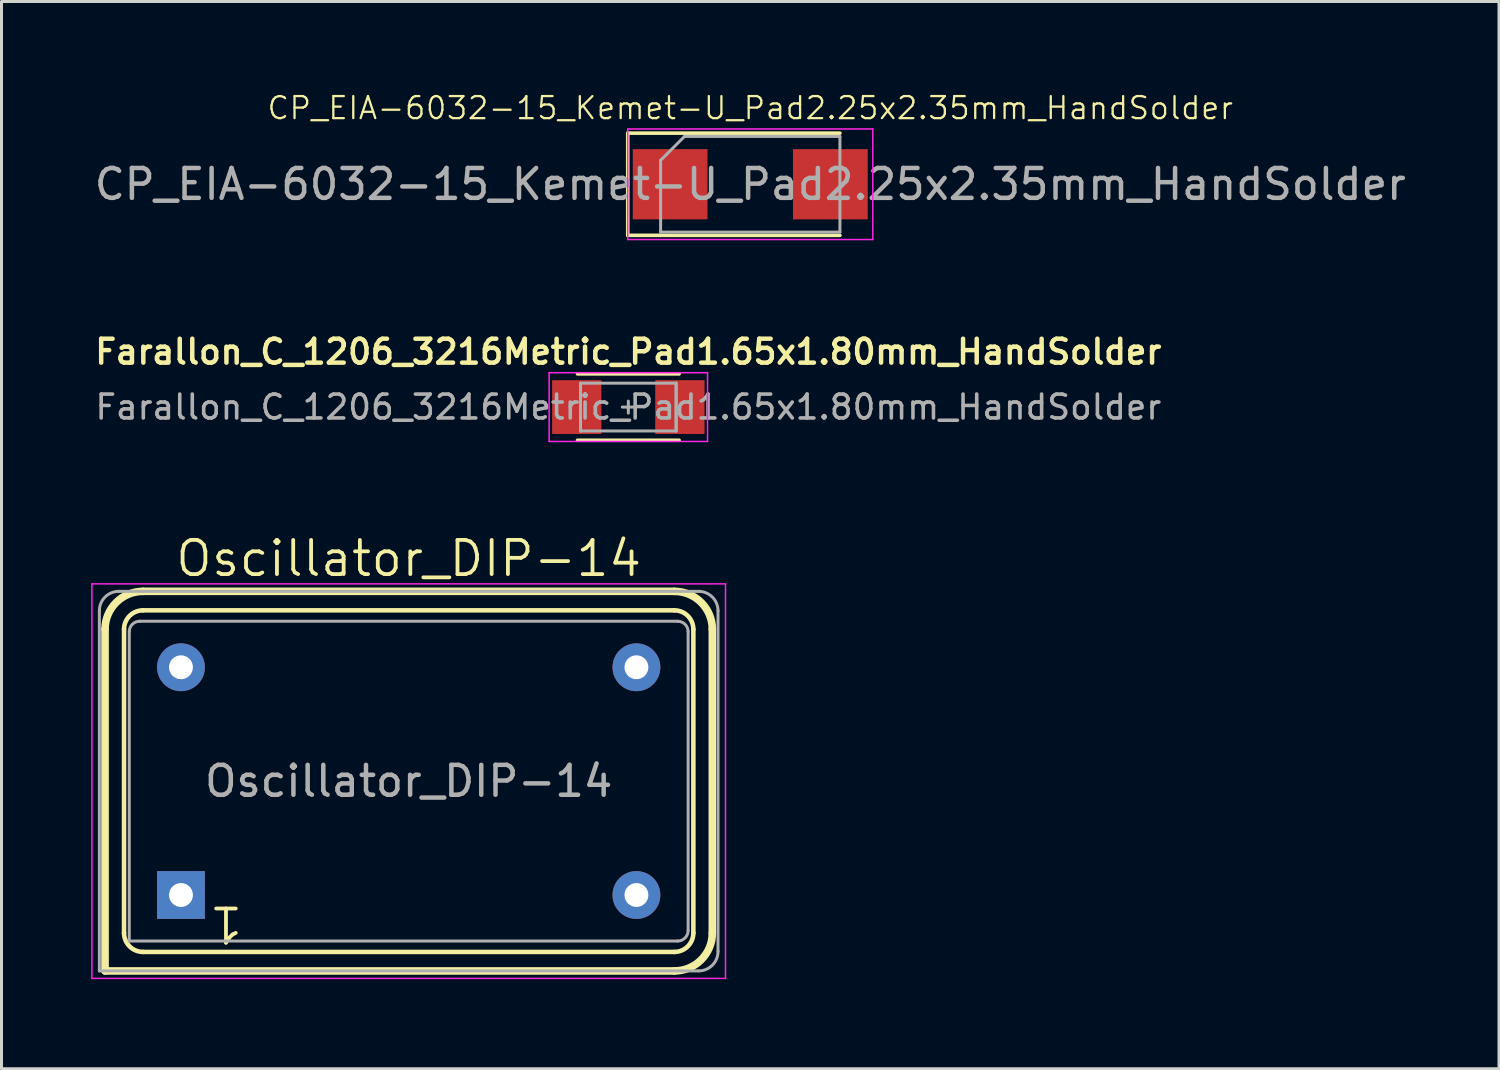
<source format=kicad_pcb>
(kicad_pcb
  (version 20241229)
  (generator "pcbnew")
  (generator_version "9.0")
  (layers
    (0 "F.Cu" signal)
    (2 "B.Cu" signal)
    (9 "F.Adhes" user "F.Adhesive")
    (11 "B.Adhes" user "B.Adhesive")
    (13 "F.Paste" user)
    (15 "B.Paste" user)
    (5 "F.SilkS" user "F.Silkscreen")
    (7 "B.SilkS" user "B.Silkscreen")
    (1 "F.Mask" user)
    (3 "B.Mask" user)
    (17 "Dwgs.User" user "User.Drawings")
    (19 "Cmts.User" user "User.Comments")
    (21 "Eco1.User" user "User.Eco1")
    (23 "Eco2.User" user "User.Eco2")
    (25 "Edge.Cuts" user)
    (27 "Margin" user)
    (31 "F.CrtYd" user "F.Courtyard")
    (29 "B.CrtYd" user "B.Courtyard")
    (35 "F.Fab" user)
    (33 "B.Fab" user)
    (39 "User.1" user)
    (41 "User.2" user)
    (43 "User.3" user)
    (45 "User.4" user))
  (footprint "Oscillator_DIP-14"
    (layer "F.Cu")
    (at 3.005 26.897)
    (property "Reference" "Oscillator_DIP-14" (at 7.62 -11.26 0) (layer "F.SilkS") (effects (font (size 1.143 1.143) (thickness 0.127))))
    (attr through_hole)
    (fp_line (start -2.54 -8.89) (end -2.54 2.54) (stroke (width 0.254) (type solid)) (layer "F.SilkS"))
    (fp_line (start -2.54 2.54) (end 16.51 2.54) (stroke (width 0.254) (type solid)) (layer "F.SilkS"))
    (fp_line (start -1.905 -8.89) (end -1.905 1.27) (stroke (width 0.152) (type solid)) (layer "F.SilkS"))
    (fp_line (start -1.27 1.905) (end 16.51 1.905) (stroke (width 0.152) (type solid)) (layer "F.SilkS"))
    (fp_line (start 16.51 -10.16) (end -1.27 -10.16) (stroke (width 0.254) (type solid)) (layer "F.SilkS"))
    (fp_line (start 16.51 -9.525) (end -1.27 -9.525) (stroke (width 0.152) (type solid)) (layer "F.SilkS"))
    (fp_line (start 17.145 1.27) (end 17.145 -8.89) (stroke (width 0.152) (type solid)) (layer "F.SilkS"))
    (fp_line (start 17.78 1.27) (end 17.78 -8.89) (stroke (width 0.254) (type solid)) (layer "F.SilkS"))
    (fp_arc (start -2.54 -8.89) (mid -2.168026 -9.788026) (end -1.27 -10.16) (stroke (width 0.254) (type default)) (layer "F.SilkS"))
    (fp_arc (start -1.905 -8.89) (mid -1.719013 -9.339013) (end -1.27 -9.525) (stroke (width 0.1524) (type default)) (layer "F.SilkS"))
    (fp_arc (start -1.27 1.905) (mid -1.719013 1.719013) (end -1.905 1.27) (stroke (width 0.1524) (type default)) (layer "F.SilkS"))
    (fp_arc (start 16.51 -10.16) (mid 17.408026 -9.788026) (end 17.78 -8.89) (stroke (width 0.254) (type default)) (layer "F.SilkS"))
    (fp_arc (start 16.51 -9.525) (mid 16.959013 -9.339013) (end 17.145 -8.89) (stroke (width 0.1524) (type default)) (layer "F.SilkS"))
    (fp_arc (start 17.145 1.27) (mid 16.959013 1.719013) (end 16.51 1.905) (stroke (width 0.1524) (type default)) (layer "F.SilkS"))
    (fp_arc (start 17.78 1.27) (mid 17.408026 2.168026) (end 16.51 2.54) (stroke (width 0.254) (type default)) (layer "F.SilkS"))
    (fp_line (start -2.98 -10.41) (end -2.98 2.79) (stroke (width 0.05) (type solid)) (layer "F.CrtYd"))
    (fp_line (start -2.98 2.79) (end 18.22 2.79) (stroke (width 0.05) (type solid)) (layer "F.CrtYd"))
    (fp_line (start 18.22 -10.41) (end -2.98 -10.41) (stroke (width 0.05) (type solid)) (layer "F.CrtYd"))
    (fp_line (start 18.22 2.79) (end 18.22 -10.41) (stroke (width 0.05) (type solid)) (layer "F.CrtYd"))
    (fp_line (start -2.73 2.54) (end -2.73 -9.51) (stroke (width 0.1) (type solid)) (layer "F.Fab"))
    (fp_line (start -2.73 2.54) (end 17.32 2.54) (stroke (width 0.1) (type solid)) (layer "F.Fab"))
    (fp_line (start -2.08 -10.16) (end 17.32 -10.16) (stroke (width 0.1) (type solid)) (layer "F.Fab"))
    (fp_line (start -1.73 1.54) (end -1.73 -8.81) (stroke (width 0.1) (type solid)) (layer "F.Fab"))
    (fp_line (start -1.73 1.54) (end 16.62 1.54) (stroke (width 0.1) (type solid)) (layer "F.Fab"))
    (fp_line (start -1.38 -9.16) (end 16.62 -9.16) (stroke (width 0.1) (type solid)) (layer "F.Fab"))
    (fp_line (start 16.97 1.19) (end 16.97 -8.81) (stroke (width 0.1) (type solid)) (layer "F.Fab"))
    (fp_line (start 17.97 -9.51) (end 17.97 1.89) (stroke (width 0.1) (type solid)) (layer "F.Fab"))
    (fp_arc (start -2.73 -9.51) (mid -2.539619 -9.969619) (end -2.08 -10.16) (stroke (width 0.1) (type solid)) (layer "F.Fab"))
    (fp_arc (start -1.73 -8.81) (mid -1.627487 -9.057487) (end -1.38 -9.16) (stroke (width 0.1) (type solid)) (layer "F.Fab"))
    (fp_arc (start 16.62 -9.16) (mid 16.867487 -9.057487) (end 16.97 -8.81) (stroke (width 0.1) (type solid)) (layer "F.Fab"))
    (fp_arc (start 16.97 1.19) (mid 16.867487 1.437487) (end 16.62 1.54) (stroke (width 0.1) (type solid)) (layer "F.Fab"))
    (fp_arc (start 17.32 -10.16) (mid 17.779619 -9.969619) (end 17.97 -9.51) (stroke (width 0.1) (type solid)) (layer "F.Fab"))
    (fp_arc (start 17.97 1.89) (mid 17.779619 2.349619) (end 17.32 2.54) (stroke (width 0.1) (type solid)) (layer "F.Fab"))
    (fp_text user "1" (at 2.134 0.305 180) (unlocked yes) (layer "F.SilkS") (effects (font (size 1.143 1.143) (thickness 0.127)) (justify left bottom)))
    (fp_text user "${REFERENCE}" (at 7.62 -3.81 0) (layer "F.Fab") (effects (font (size 1 1) (thickness 0.15))))
    (pad "1" thru_hole rect (at 0 0) (size 1.6 1.6) (drill 0.8) (layers "*.Cu" "*.Mask"))
    (pad "7" thru_hole circle (at 15.24 0) (size 1.6 1.6) (drill 0.8) (layers "*.Cu" "*.Mask"))
    (pad "8" thru_hole circle (at 15.24 -7.62) (size 1.6 1.6) (drill 0.8) (layers "*.Cu" "*.Mask"))
    (pad "14" thru_hole circle (at 0 -7.62) (size 1.6 1.6) (drill 0.8) (layers "*.Cu" "*.Mask")))
  (footprint "Farallon_C_1206_3216Metric_Pad1.65x1.80mm_HandSolder"
    (layer "F.Cu")
    (at 17.974 10.571)
    (property "Reference" "Farallon_C_1206_3216Metric_Pad1.65x1.80mm_HandSolder" (at 0 -1.85 0) (layer "F.SilkS") (effects (font (size 0.8 0.8) (thickness 0.15))))
    (attr smd)
    (fp_line (start -1.7 -1.11) (end 1.7 -1.11) (stroke (width 0.12) (type solid)) (layer "F.SilkS"))
    (fp_line (start -1.7 1.11) (end 1.7 1.11) (stroke (width 0.12) (type solid)) (layer "F.SilkS"))
    (fp_line (start -2.65 -1.15) (end 2.65 -1.15) (stroke (width 0.05) (type solid)) (layer "F.CrtYd"))
    (fp_line (start -2.65 1.15) (end -2.65 -1.15) (stroke (width 0.05) (type solid)) (layer "F.CrtYd"))
    (fp_line (start 2.65 -1.15) (end 2.65 1.15) (stroke (width 0.05) (type solid)) (layer "F.CrtYd"))
    (fp_line (start 2.65 1.15) (end -2.65 1.15) (stroke (width 0.05) (type solid)) (layer "F.CrtYd"))
    (fp_line (start -1.6 -0.8) (end 1.6 -0.8) (stroke (width 0.1) (type solid)) (layer "F.Fab"))
    (fp_line (start -1.6 0.8) (end -1.6 -0.8) (stroke (width 0.1) (type solid)) (layer "F.Fab"))
    (fp_line (start -1.6 0.8) (end -1.6 -0.8) (stroke (width 0.1) (type solid)) (layer "F.Fab"))
    (fp_line (start -0.2 0) (end 0.2 0) (stroke (width 0.1) (type default)) (layer "F.Fab"))
    (fp_line (start 0 -0.2) (end 0 0.2) (stroke (width 0.1) (type default)) (layer "F.Fab"))
    (fp_line (start 1.6 -0.8) (end 1.6 0.8) (stroke (width 0.1) (type solid)) (layer "F.Fab"))
    (fp_line (start 1.6 -0.8) (end 1.6 0.8) (stroke (width 0.1) (type solid)) (layer "F.Fab"))
    (fp_line (start 1.6 0.8) (end -1.6 0.8) (stroke (width 0.1) (type solid)) (layer "F.Fab"))
    (fp_text user "${REFERENCE}" (at 0 0 0) (layer "F.Fab") (effects (font (size 0.8 0.8) (thickness 0.12))))
    (pad "1" smd rect (at -1.725 0) (size 1.65 1.8) (layers "F.Cu" "F.Mask" "F.Paste"))
    (pad "2" smd rect (at 1.725 0) (size 1.65 1.8) (layers "F.Cu" "F.Mask" "F.Paste")))
  (footprint "CP_EIA-6032-15_Kemet-U_Pad2.25x2.35mm_HandSolder"
    (layer "F.Cu")
    (at 22.054 3.115)
    (property "Reference" "CP_EIA-6032-15_Kemet-U_Pad2.25x2.35mm_HandSolder" (at 0 -2.55 0) (layer "F.SilkS") (effects (font (size 0.737 0.737) (thickness 0.076))))
    (attr smd)
    (fp_line (start -4.1 -1.71) (end -4.1 1.71) (stroke (width 0.12) (type solid)) (layer "F.SilkS"))
    (fp_line (start -4.1 1.71) (end 3 1.71) (stroke (width 0.12) (type solid)) (layer "F.SilkS"))
    (fp_line (start 3 -1.71) (end -4.1 -1.71) (stroke (width 0.12) (type solid)) (layer "F.SilkS"))
    (fp_line (start -4.1 -1.85) (end 4.1 -1.85) (stroke (width 0.05) (type solid)) (layer "F.CrtYd"))
    (fp_line (start -4.1 1.85) (end -4.1 -1.85) (stroke (width 0.05) (type solid)) (layer "F.CrtYd"))
    (fp_line (start 4.1 -1.85) (end 4.1 1.85) (stroke (width 0.05) (type solid)) (layer "F.CrtYd"))
    (fp_line (start 4.1 1.85) (end -4.1 1.85) (stroke (width 0.05) (type solid)) (layer "F.CrtYd"))
    (fp_line (start -3 -0.8) (end -3 1.6) (stroke (width 0.1) (type solid)) (layer "F.Fab"))
    (fp_line (start -3 1.6) (end 3 1.6) (stroke (width 0.1) (type solid)) (layer "F.Fab"))
    (fp_line (start -2.2 -1.6) (end -3 -0.8) (stroke (width 0.1) (type solid)) (layer "F.Fab"))
    (fp_line (start 3 -1.6) (end -2.2 -1.6) (stroke (width 0.1) (type solid)) (layer "F.Fab"))
    (fp_line (start 3 1.6) (end 3 -1.6) (stroke (width 0.1) (type solid)) (layer "F.Fab"))
    (fp_text user "${REFERENCE}" (at 0 0 0) (layer "F.Fab") (effects (font (size 1 1) (thickness 0.15))))
    (pad "+" smd rect (at -2.681 0) (size 2.5 2.35) (layers "F.Cu" "F.Mask" "F.Paste"))
    (pad "-" smd rect (at 2.681 0) (size 2.5 2.35) (layers "F.Cu" "F.Mask" "F.Paste")))
  (gr_rect
    (start -3 -3)
    (end 47.107 32.712)
    (stroke (width 0.1) (type default))
    (fill no)
    (layer "Edge.Cuts")))
</source>
